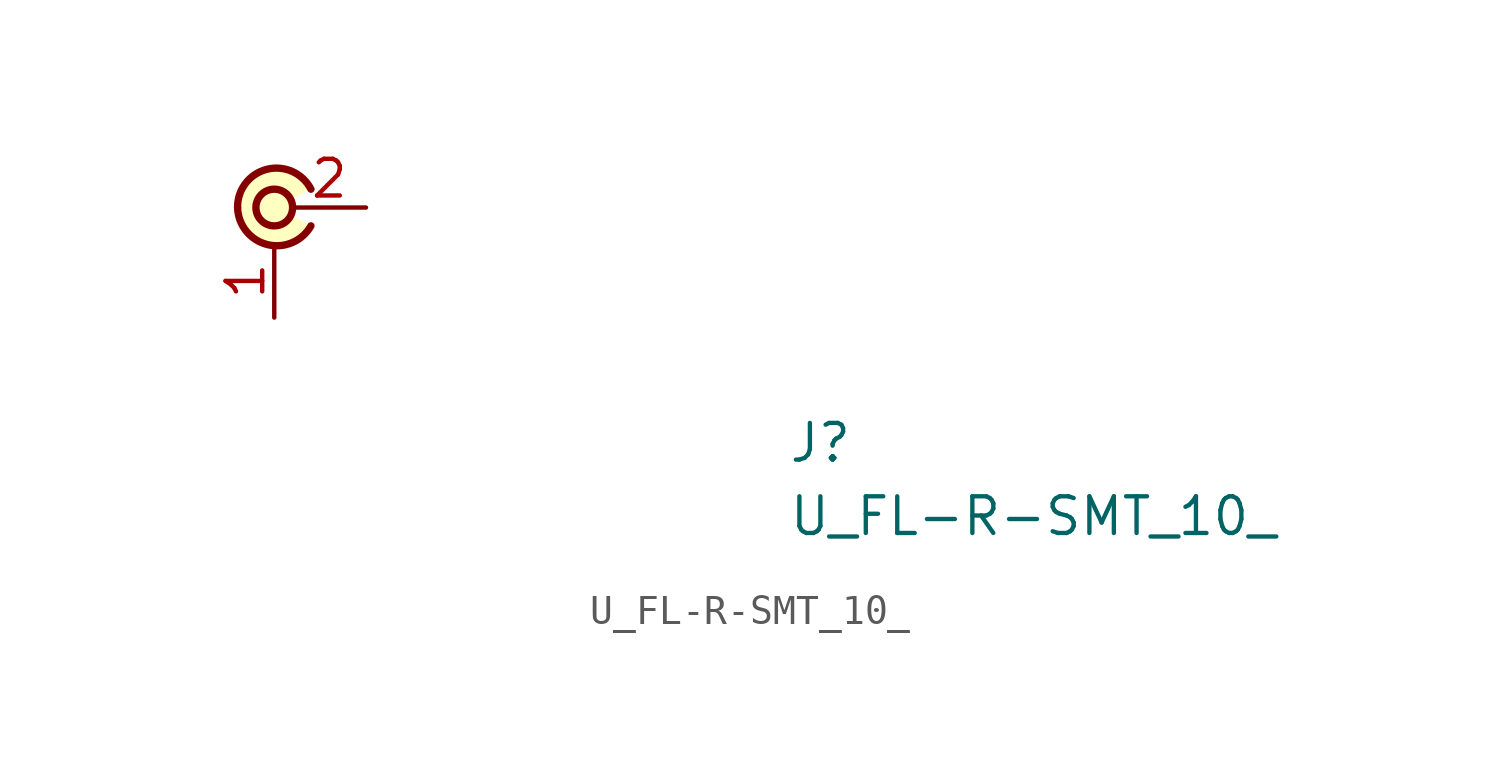
<source format=kicad_sym>
(kicad_symbol_lib
  (version 20211014)
  (generator kicad_symbol_editor)
  (symbol "U_FL-R-SMT_10_"
    (property "Reference" "J"
      (at 17.78 -5.08 0)
      (effects (font (size 1.27 1.27) (thickness 0.15)) (justify left bottom)))
    (property "Value" "U_FL-R-SMT_10_"
      (at 17.78 -7.62 0)
      (effects (font (size 1.27 1.27) (thickness 0.15)) (justify left bottom)))
    (symbol "U_FL-R-SMT_10__1_1"
      (arc (start -1.27 3.81) (mid -0.2412 2.5279) (end 1.27 3.175) (stroke (width 0.254) (type default) (color 0 0 0 0)) (fill (type background)))
      (circle (center 0 3.81) (radius 0.635) (stroke (width 0.254) (type default) (color 0 0 0 0)) (fill (type background)))
      (arc (start 1.27 4.445) (mid -0.2518 5.135) (end -1.27 3.81) (stroke (width 0.254) (type default) (color 0 0 0 0)) (fill (type background)))
      (pin passive line (at 0 0 90) (length 2.54) (name "~" (effects (font (size 1.27 1.27)))) (number "1" (effects (font (size 1.27 1.27)))))
      (pin passive line (at 3.175 3.81 180) (length 2.54) (name "~" (effects (font (size 1.27 1.27)))) (number "2" (effects (font (size 1.27 1.27))))))))
</source>
